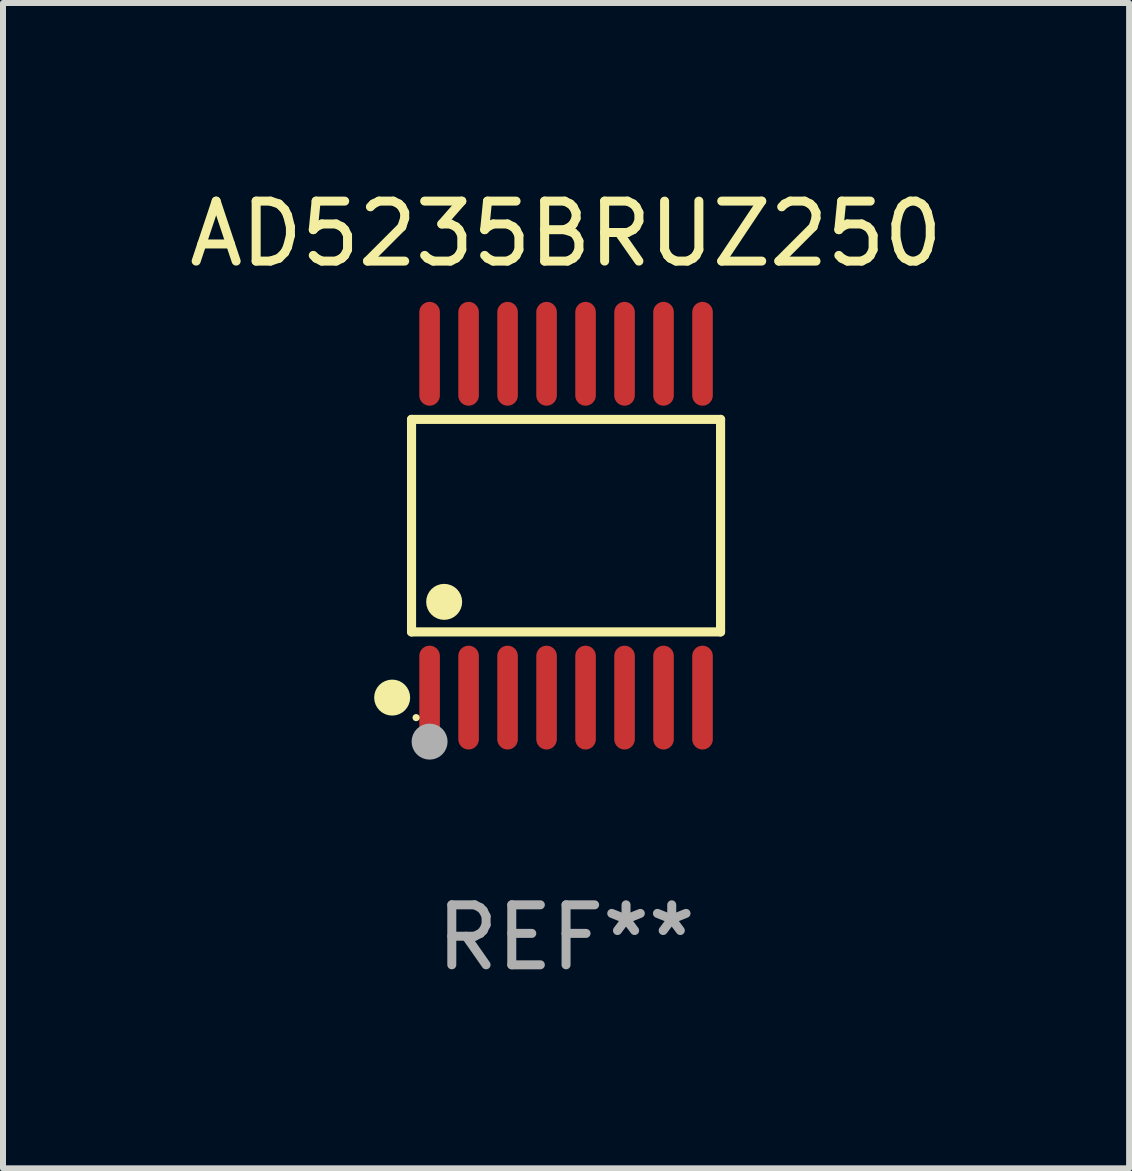
<source format=kicad_pcb>
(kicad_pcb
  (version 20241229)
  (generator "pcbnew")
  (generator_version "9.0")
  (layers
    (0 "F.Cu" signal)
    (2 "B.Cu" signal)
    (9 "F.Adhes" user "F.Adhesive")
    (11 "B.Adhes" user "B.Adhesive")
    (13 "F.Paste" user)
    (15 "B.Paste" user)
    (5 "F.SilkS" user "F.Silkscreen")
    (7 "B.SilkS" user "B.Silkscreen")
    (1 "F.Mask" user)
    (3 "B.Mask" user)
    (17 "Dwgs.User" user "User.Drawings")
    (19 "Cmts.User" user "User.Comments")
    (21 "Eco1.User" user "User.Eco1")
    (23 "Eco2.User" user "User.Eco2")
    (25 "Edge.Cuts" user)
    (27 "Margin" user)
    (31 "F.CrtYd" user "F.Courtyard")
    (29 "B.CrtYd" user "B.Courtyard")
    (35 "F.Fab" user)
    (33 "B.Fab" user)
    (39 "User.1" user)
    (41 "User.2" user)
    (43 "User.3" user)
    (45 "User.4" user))
  (footprint "AD5235BRUZ250"
    (layer "F.Cu")
    (at 6.387 5.714)
    (property "Reference" "AD5235BRUZ250" (at 0 -4.866 0) (layer "F.SilkS") (effects (font (size 1 1) (thickness 0.15))))
    (attr through_hole)
    (fp_line (start -2.576 -1.772) (end 2.576 -1.772) (stroke (width 0.152) (type solid)) (layer "F.SilkS"))
    (fp_line (start -2.576 1.771) (end -2.576 -1.772) (stroke (width 0.152) (type solid)) (layer "F.SilkS"))
    (fp_line (start 2.576 -1.772) (end 2.576 1.771) (stroke (width 0.152) (type solid)) (layer "F.SilkS"))
    (fp_line (start 2.576 1.771) (end -2.576 1.771) (stroke (width 0.152) (type solid)) (layer "F.SilkS"))
    (fp_circle (center -2.899 2.866) (end -2.749 2.866) (stroke (width 0.3) (type solid)) (fill no) (layer "F.SilkS"))
    (fp_circle (center -2.5 3.2) (end -2.47 3.2) (stroke (width 0.06) (type solid)) (fill no) (layer "F.SilkS"))
    (fp_circle (center -2.032 1.27) (end -1.882 1.27) (stroke (width 0.3) (type solid)) (fill no) (layer "F.SilkS"))
    (fp_circle (center -2.275 3.6) (end -2.125 3.6) (stroke (width 0.3) (type solid)) (fill no) (layer "F.Fab"))
    (fp_text user "REF**" (at 0 6.866 0) (layer "F.Fab") (effects (font (size 1 1) (thickness 0.15))))
    (pad "1" smd oval (at -2.275 2.866) (size 0.343 1.731) (layers "F.Cu" "F.Mask" "F.Paste"))
    (pad "2" smd oval (at -1.625 2.866) (size 0.343 1.731) (layers "F.Cu" "F.Mask" "F.Paste"))
    (pad "3" smd oval (at -0.975 2.866) (size 0.343 1.731) (layers "F.Cu" "F.Mask" "F.Paste"))
    (pad "4" smd oval (at -0.325 2.866) (size 0.343 1.731) (layers "F.Cu" "F.Mask" "F.Paste"))
    (pad "5" smd oval (at 0.325 2.866) (size 0.343 1.731) (layers "F.Cu" "F.Mask" "F.Paste"))
    (pad "6" smd oval (at 0.975 2.866) (size 0.343 1.731) (layers "F.Cu" "F.Mask" "F.Paste"))
    (pad "7" smd oval (at 1.625 2.866) (size 0.343 1.731) (layers "F.Cu" "F.Mask" "F.Paste"))
    (pad "8" smd oval (at 2.275 2.866) (size 0.343 1.731) (layers "F.Cu" "F.Mask" "F.Paste"))
    (pad "9" smd oval (at 2.275 -2.866) (size 0.343 1.731) (layers "F.Cu" "F.Mask" "F.Paste"))
    (pad "10" smd oval (at 1.625 -2.866) (size 0.343 1.731) (layers "F.Cu" "F.Mask" "F.Paste"))
    (pad "11" smd oval (at 0.975 -2.866) (size 0.343 1.731) (layers "F.Cu" "F.Mask" "F.Paste"))
    (pad "12" smd oval (at 0.325 -2.866) (size 0.343 1.731) (layers "F.Cu" "F.Mask" "F.Paste"))
    (pad "13" smd oval (at -0.325 -2.866) (size 0.343 1.731) (layers "F.Cu" "F.Mask" "F.Paste"))
    (pad "14" smd oval (at -0.975 -2.866) (size 0.343 1.731) (layers "F.Cu" "F.Mask" "F.Paste"))
    (pad "15" smd oval (at -1.625 -2.866) (size 0.343 1.731) (layers "F.Cu" "F.Mask" "F.Paste"))
    (pad "16" smd oval (at -2.275 -2.866) (size 0.343 1.731) (layers "F.Cu" "F.Mask" "F.Paste")))
  (gr_rect
    (start -3 -3)
    (end 15.774 16.428)
    (stroke (width 0.1) (type default))
    (fill no)
    (layer "Edge.Cuts")))
</source>
